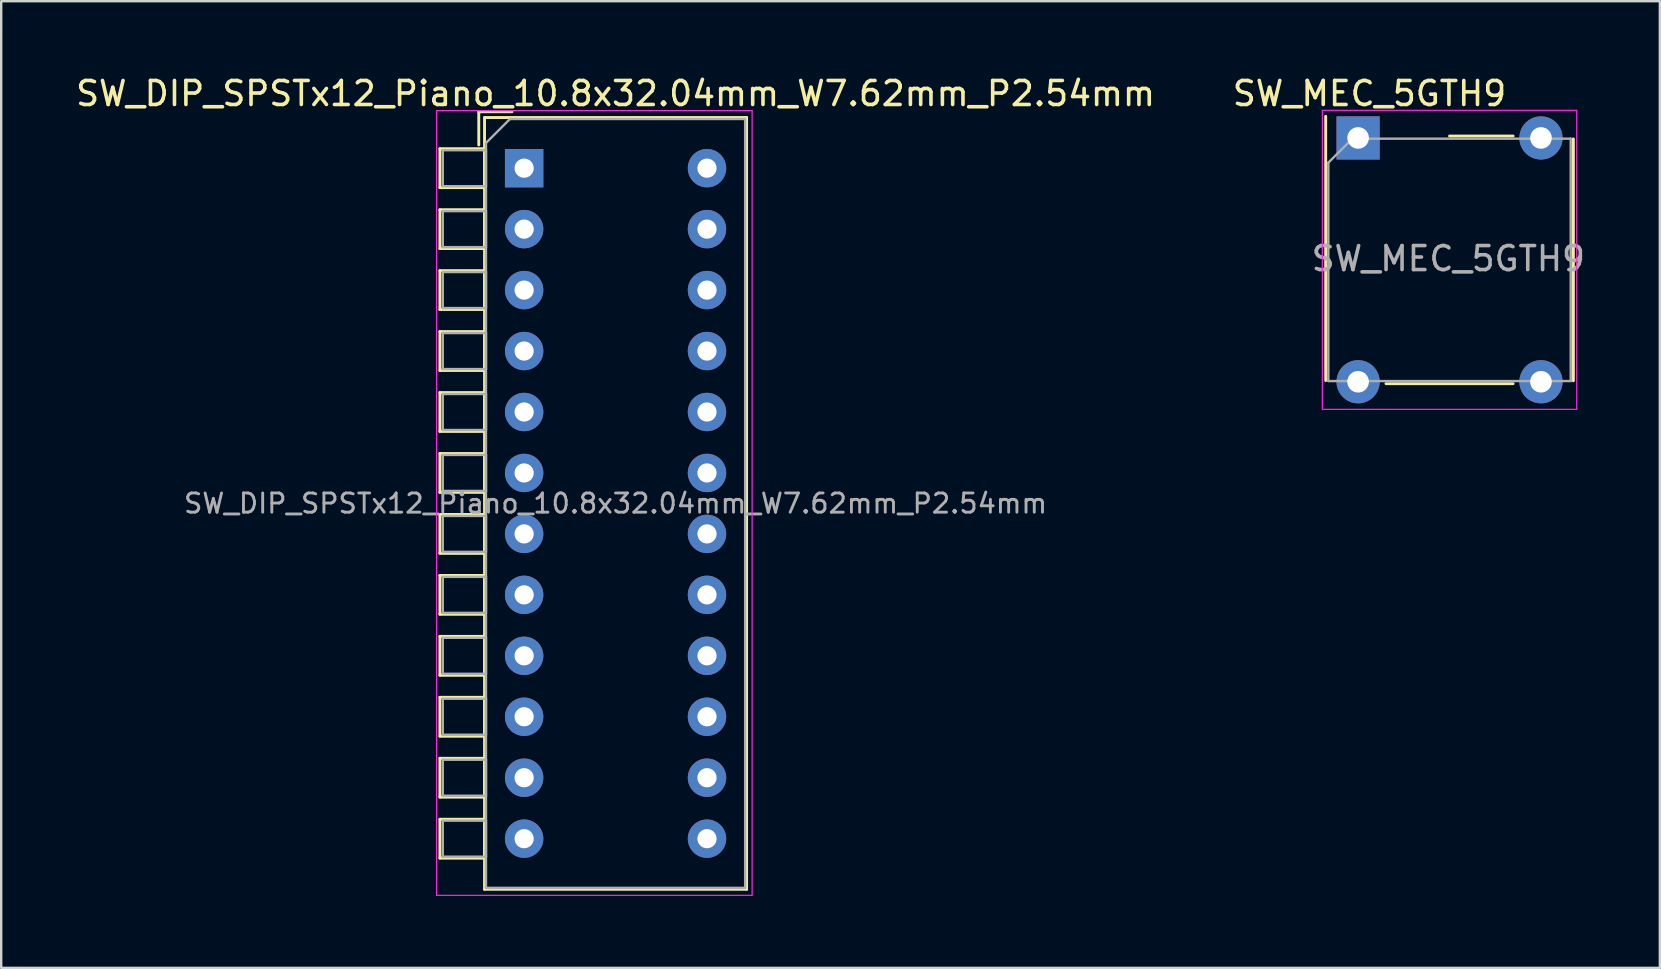
<source format=kicad_pcb>
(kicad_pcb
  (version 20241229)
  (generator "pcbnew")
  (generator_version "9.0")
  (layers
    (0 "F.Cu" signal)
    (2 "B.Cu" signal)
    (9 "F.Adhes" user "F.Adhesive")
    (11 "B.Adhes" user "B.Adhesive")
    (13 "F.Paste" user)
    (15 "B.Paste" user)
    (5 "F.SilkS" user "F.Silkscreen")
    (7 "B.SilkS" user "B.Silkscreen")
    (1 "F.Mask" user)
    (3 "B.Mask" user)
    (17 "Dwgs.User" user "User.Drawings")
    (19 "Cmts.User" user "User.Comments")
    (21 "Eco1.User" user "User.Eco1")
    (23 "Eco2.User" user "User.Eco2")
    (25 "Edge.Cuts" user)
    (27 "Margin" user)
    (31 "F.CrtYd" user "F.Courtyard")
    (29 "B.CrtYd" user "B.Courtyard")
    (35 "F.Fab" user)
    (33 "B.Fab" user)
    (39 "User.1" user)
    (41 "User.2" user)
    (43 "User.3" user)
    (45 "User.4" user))
  (footprint "SW_DIP_SPSTx12_Piano_10.8x32.04mm_W7.62mm_P2.54mm"
    (layer "F.Cu")
    (at 18.791 3.958)
    (property "Reference" "SW_DIP_SPSTx12_Piano_10.8x32.04mm_W7.62mm_P2.54mm" (at 3.81 -3.11 0) (layer "F.SilkS") (effects (font (size 1 1) (thickness 0.15))))
    (attr through_hole)
    (fp_line (start -3.51 -0.81) (end -3.51 0.81) (stroke (width 0.12) (type solid)) (layer "F.SilkS"))
    (fp_line (start -3.51 -0.81) (end -1.65 -0.81) (stroke (width 0.12) (type solid)) (layer "F.SilkS"))
    (fp_line (start -3.51 0.81) (end -1.65 0.81) (stroke (width 0.12) (type solid)) (layer "F.SilkS"))
    (fp_line (start -3.51 1.73) (end -3.51 3.35) (stroke (width 0.12) (type solid)) (layer "F.SilkS"))
    (fp_line (start -3.51 1.73) (end -1.65 1.73) (stroke (width 0.12) (type solid)) (layer "F.SilkS"))
    (fp_line (start -3.51 3.35) (end -1.65 3.35) (stroke (width 0.12) (type solid)) (layer "F.SilkS"))
    (fp_line (start -3.51 4.27) (end -3.51 5.89) (stroke (width 0.12) (type solid)) (layer "F.SilkS"))
    (fp_line (start -3.51 4.27) (end -1.65 4.27) (stroke (width 0.12) (type solid)) (layer "F.SilkS"))
    (fp_line (start -3.51 5.89) (end -1.65 5.89) (stroke (width 0.12) (type solid)) (layer "F.SilkS"))
    (fp_line (start -3.51 6.81) (end -3.51 8.43) (stroke (width 0.12) (type solid)) (layer "F.SilkS"))
    (fp_line (start -3.51 6.81) (end -1.65 6.81) (stroke (width 0.12) (type solid)) (layer "F.SilkS"))
    (fp_line (start -3.51 8.43) (end -1.65 8.43) (stroke (width 0.12) (type solid)) (layer "F.SilkS"))
    (fp_line (start -3.51 9.35) (end -3.51 10.97) (stroke (width 0.12) (type solid)) (layer "F.SilkS"))
    (fp_line (start -3.51 9.35) (end -1.65 9.35) (stroke (width 0.12) (type solid)) (layer "F.SilkS"))
    (fp_line (start -3.51 10.97) (end -1.65 10.97) (stroke (width 0.12) (type solid)) (layer "F.SilkS"))
    (fp_line (start -3.51 11.89) (end -3.51 13.51) (stroke (width 0.12) (type solid)) (layer "F.SilkS"))
    (fp_line (start -3.51 11.89) (end -1.65 11.89) (stroke (width 0.12) (type solid)) (layer "F.SilkS"))
    (fp_line (start -3.51 13.51) (end -1.65 13.51) (stroke (width 0.12) (type solid)) (layer "F.SilkS"))
    (fp_line (start -3.51 14.43) (end -3.51 16.05) (stroke (width 0.12) (type solid)) (layer "F.SilkS"))
    (fp_line (start -3.51 14.43) (end -1.65 14.43) (stroke (width 0.12) (type solid)) (layer "F.SilkS"))
    (fp_line (start -3.51 16.05) (end -1.65 16.05) (stroke (width 0.12) (type solid)) (layer "F.SilkS"))
    (fp_line (start -3.51 16.971) (end -3.51 18.591) (stroke (width 0.12) (type solid)) (layer "F.SilkS"))
    (fp_line (start -3.51 16.971) (end -1.65 16.971) (stroke (width 0.12) (type solid)) (layer "F.SilkS"))
    (fp_line (start -3.51 18.591) (end -1.65 18.591) (stroke (width 0.12) (type solid)) (layer "F.SilkS"))
    (fp_line (start -3.51 19.51) (end -3.51 21.131) (stroke (width 0.12) (type solid)) (layer "F.SilkS"))
    (fp_line (start -3.51 19.51) (end -1.65 19.51) (stroke (width 0.12) (type solid)) (layer "F.SilkS"))
    (fp_line (start -3.51 21.131) (end -1.65 21.131) (stroke (width 0.12) (type solid)) (layer "F.SilkS"))
    (fp_line (start -3.51 22.05) (end -3.51 23.67) (stroke (width 0.12) (type solid)) (layer "F.SilkS"))
    (fp_line (start -3.51 22.05) (end -1.65 22.05) (stroke (width 0.12) (type solid)) (layer "F.SilkS"))
    (fp_line (start -3.51 23.67) (end -1.65 23.67) (stroke (width 0.12) (type solid)) (layer "F.SilkS"))
    (fp_line (start -3.51 24.59) (end -3.51 26.21) (stroke (width 0.12) (type solid)) (layer "F.SilkS"))
    (fp_line (start -3.51 24.59) (end -1.65 24.59) (stroke (width 0.12) (type solid)) (layer "F.SilkS"))
    (fp_line (start -3.51 26.21) (end -1.65 26.21) (stroke (width 0.12) (type solid)) (layer "F.SilkS"))
    (fp_line (start -3.51 27.131) (end -3.51 28.751) (stroke (width 0.12) (type solid)) (layer "F.SilkS"))
    (fp_line (start -3.51 27.131) (end -1.65 27.131) (stroke (width 0.12) (type solid)) (layer "F.SilkS"))
    (fp_line (start -3.51 28.751) (end -1.65 28.751) (stroke (width 0.12) (type solid)) (layer "F.SilkS"))
    (fp_line (start -1.89 -2.35) (end -1.89 -0.967) (stroke (width 0.12) (type solid)) (layer "F.SilkS"))
    (fp_line (start -1.89 -2.35) (end -0.507 -2.35) (stroke (width 0.12) (type solid)) (layer "F.SilkS"))
    (fp_line (start -1.65 -2.11) (end -1.65 30.05) (stroke (width 0.12) (type solid)) (layer "F.SilkS"))
    (fp_line (start -1.65 -2.11) (end 9.27 -2.11) (stroke (width 0.12) (type solid)) (layer "F.SilkS"))
    (fp_line (start -1.65 -0.81) (end -1.65 0.81) (stroke (width 0.12) (type solid)) (layer "F.SilkS"))
    (fp_line (start -1.65 1.73) (end -1.65 3.35) (stroke (width 0.12) (type solid)) (layer "F.SilkS"))
    (fp_line (start -1.65 4.27) (end -1.65 5.89) (stroke (width 0.12) (type solid)) (layer "F.SilkS"))
    (fp_line (start -1.65 6.81) (end -1.65 8.43) (stroke (width 0.12) (type solid)) (layer "F.SilkS"))
    (fp_line (start -1.65 9.35) (end -1.65 10.97) (stroke (width 0.12) (type solid)) (layer "F.SilkS"))
    (fp_line (start -1.65 11.89) (end -1.65 13.51) (stroke (width 0.12) (type solid)) (layer "F.SilkS"))
    (fp_line (start -1.65 14.43) (end -1.65 16.05) (stroke (width 0.12) (type solid)) (layer "F.SilkS"))
    (fp_line (start -1.65 16.971) (end -1.65 18.591) (stroke (width 0.12) (type solid)) (layer "F.SilkS"))
    (fp_line (start -1.65 19.51) (end -1.65 21.131) (stroke (width 0.12) (type solid)) (layer "F.SilkS"))
    (fp_line (start -1.65 22.05) (end -1.65 23.67) (stroke (width 0.12) (type solid)) (layer "F.SilkS"))
    (fp_line (start -1.65 24.59) (end -1.65 26.21) (stroke (width 0.12) (type solid)) (layer "F.SilkS"))
    (fp_line (start -1.65 27.131) (end -1.65 28.751) (stroke (width 0.12) (type solid)) (layer "F.SilkS"))
    (fp_line (start -1.65 30.05) (end 9.27 30.05) (stroke (width 0.12) (type solid)) (layer "F.SilkS"))
    (fp_line (start 9.27 -2.11) (end 9.27 30.05) (stroke (width 0.12) (type solid)) (layer "F.SilkS"))
    (fp_line (start -3.65 -2.4) (end -3.65 30.3) (stroke (width 0.05) (type solid)) (layer "F.CrtYd"))
    (fp_line (start -3.65 30.3) (end 9.5 30.3) (stroke (width 0.05) (type solid)) (layer "F.CrtYd"))
    (fp_line (start 9.5 -2.4) (end -3.65 -2.4) (stroke (width 0.05) (type solid)) (layer "F.CrtYd"))
    (fp_line (start 9.5 30.3) (end 9.5 -2.4) (stroke (width 0.05) (type solid)) (layer "F.CrtYd"))
    (fp_line (start -3.39 -0.75) (end -1.59 -0.75) (stroke (width 0.1) (type solid)) (layer "F.Fab"))
    (fp_line (start -3.39 0.75) (end -3.39 -0.75) (stroke (width 0.1) (type solid)) (layer "F.Fab"))
    (fp_line (start -3.39 1.79) (end -1.59 1.79) (stroke (width 0.1) (type solid)) (layer "F.Fab"))
    (fp_line (start -3.39 3.29) (end -3.39 1.79) (stroke (width 0.1) (type solid)) (layer "F.Fab"))
    (fp_line (start -3.39 4.33) (end -1.59 4.33) (stroke (width 0.1) (type solid)) (layer "F.Fab"))
    (fp_line (start -3.39 5.83) (end -3.39 4.33) (stroke (width 0.1) (type solid)) (layer "F.Fab"))
    (fp_line (start -3.39 6.87) (end -1.59 6.87) (stroke (width 0.1) (type solid)) (layer "F.Fab"))
    (fp_line (start -3.39 8.37) (end -3.39 6.87) (stroke (width 0.1) (type solid)) (layer "F.Fab"))
    (fp_line (start -3.39 9.41) (end -1.59 9.41) (stroke (width 0.1) (type solid)) (layer "F.Fab"))
    (fp_line (start -3.39 10.91) (end -3.39 9.41) (stroke (width 0.1) (type solid)) (layer "F.Fab"))
    (fp_line (start -3.39 11.95) (end -1.59 11.95) (stroke (width 0.1) (type solid)) (layer "F.Fab"))
    (fp_line (start -3.39 13.45) (end -3.39 11.95) (stroke (width 0.1) (type solid)) (layer "F.Fab"))
    (fp_line (start -3.39 14.49) (end -1.59 14.49) (stroke (width 0.1) (type solid)) (layer "F.Fab"))
    (fp_line (start -3.39 15.99) (end -3.39 14.49) (stroke (width 0.1) (type solid)) (layer "F.Fab"))
    (fp_line (start -3.39 17.03) (end -1.59 17.03) (stroke (width 0.1) (type solid)) (layer "F.Fab"))
    (fp_line (start -3.39 18.53) (end -3.39 17.03) (stroke (width 0.1) (type solid)) (layer "F.Fab"))
    (fp_line (start -3.39 19.57) (end -1.59 19.57) (stroke (width 0.1) (type solid)) (layer "F.Fab"))
    (fp_line (start -3.39 21.07) (end -3.39 19.57) (stroke (width 0.1) (type solid)) (layer "F.Fab"))
    (fp_line (start -3.39 22.11) (end -1.59 22.11) (stroke (width 0.1) (type solid)) (layer "F.Fab"))
    (fp_line (start -3.39 23.61) (end -3.39 22.11) (stroke (width 0.1) (type solid)) (layer "F.Fab"))
    (fp_line (start -3.39 24.65) (end -1.59 24.65) (stroke (width 0.1) (type solid)) (layer "F.Fab"))
    (fp_line (start -3.39 26.15) (end -3.39 24.65) (stroke (width 0.1) (type solid)) (layer "F.Fab"))
    (fp_line (start -3.39 27.19) (end -1.59 27.19) (stroke (width 0.1) (type solid)) (layer "F.Fab"))
    (fp_line (start -3.39 28.69) (end -3.39 27.19) (stroke (width 0.1) (type solid)) (layer "F.Fab"))
    (fp_line (start -1.59 -1.05) (end -0.59 -2.05) (stroke (width 0.1) (type solid)) (layer "F.Fab"))
    (fp_line (start -1.59 -0.75) (end -1.59 0.75) (stroke (width 0.1) (type solid)) (layer "F.Fab"))
    (fp_line (start -1.59 0.75) (end -3.39 0.75) (stroke (width 0.1) (type solid)) (layer "F.Fab"))
    (fp_line (start -1.59 1.79) (end -1.59 3.29) (stroke (width 0.1) (type solid)) (layer "F.Fab"))
    (fp_line (start -1.59 3.29) (end -3.39 3.29) (stroke (width 0.1) (type solid)) (layer "F.Fab"))
    (fp_line (start -1.59 4.33) (end -1.59 5.83) (stroke (width 0.1) (type solid)) (layer "F.Fab"))
    (fp_line (start -1.59 5.83) (end -3.39 5.83) (stroke (width 0.1) (type solid)) (layer "F.Fab"))
    (fp_line (start -1.59 6.87) (end -1.59 8.37) (stroke (width 0.1) (type solid)) (layer "F.Fab"))
    (fp_line (start -1.59 8.37) (end -3.39 8.37) (stroke (width 0.1) (type solid)) (layer "F.Fab"))
    (fp_line (start -1.59 9.41) (end -1.59 10.91) (stroke (width 0.1) (type solid)) (layer "F.Fab"))
    (fp_line (start -1.59 10.91) (end -3.39 10.91) (stroke (width 0.1) (type solid)) (layer "F.Fab"))
    (fp_line (start -1.59 11.95) (end -1.59 13.45) (stroke (width 0.1) (type solid)) (layer "F.Fab"))
    (fp_line (start -1.59 13.45) (end -3.39 13.45) (stroke (width 0.1) (type solid)) (layer "F.Fab"))
    (fp_line (start -1.59 14.49) (end -1.59 15.99) (stroke (width 0.1) (type solid)) (layer "F.Fab"))
    (fp_line (start -1.59 15.99) (end -3.39 15.99) (stroke (width 0.1) (type solid)) (layer "F.Fab"))
    (fp_line (start -1.59 17.03) (end -1.59 18.53) (stroke (width 0.1) (type solid)) (layer "F.Fab"))
    (fp_line (start -1.59 18.53) (end -3.39 18.53) (stroke (width 0.1) (type solid)) (layer "F.Fab"))
    (fp_line (start -1.59 19.57) (end -1.59 21.07) (stroke (width 0.1) (type solid)) (layer "F.Fab"))
    (fp_line (start -1.59 21.07) (end -3.39 21.07) (stroke (width 0.1) (type solid)) (layer "F.Fab"))
    (fp_line (start -1.59 22.11) (end -1.59 23.61) (stroke (width 0.1) (type solid)) (layer "F.Fab"))
    (fp_line (start -1.59 23.61) (end -3.39 23.61) (stroke (width 0.1) (type solid)) (layer "F.Fab"))
    (fp_line (start -1.59 24.65) (end -1.59 26.15) (stroke (width 0.1) (type solid)) (layer "F.Fab"))
    (fp_line (start -1.59 26.15) (end -3.39 26.15) (stroke (width 0.1) (type solid)) (layer "F.Fab"))
    (fp_line (start -1.59 27.19) (end -1.59 28.69) (stroke (width 0.1) (type solid)) (layer "F.Fab"))
    (fp_line (start -1.59 28.69) (end -3.39 28.69) (stroke (width 0.1) (type solid)) (layer "F.Fab"))
    (fp_line (start -1.59 29.99) (end -1.59 -1.05) (stroke (width 0.1) (type solid)) (layer "F.Fab"))
    (fp_line (start -0.59 -2.05) (end 9.21 -2.05) (stroke (width 0.1) (type solid)) (layer "F.Fab"))
    (fp_line (start 9.21 -2.05) (end 9.21 29.99) (stroke (width 0.1) (type solid)) (layer "F.Fab"))
    (fp_line (start 9.21 29.99) (end -1.59 29.99) (stroke (width 0.1) (type solid)) (layer "F.Fab"))
    (fp_text user "${REFERENCE}" (at 3.81 13.97 0) (layer "F.Fab") (effects (font (size 0.8 0.8) (thickness 0.12))))
    (pad "1" thru_hole rect (at 0 0) (size 1.6 1.6) (drill 0.8) (layers "*.Cu" "*.Mask"))
    (pad "2" thru_hole oval (at 0 2.54) (size 1.6 1.6) (drill 0.8) (layers "*.Cu" "*.Mask"))
    (pad "3" thru_hole oval (at 0 5.08) (size 1.6 1.6) (drill 0.8) (layers "*.Cu" "*.Mask"))
    (pad "4" thru_hole oval (at 0 7.62) (size 1.6 1.6) (drill 0.8) (layers "*.Cu" "*.Mask"))
    (pad "5" thru_hole oval (at 0 10.16) (size 1.6 1.6) (drill 0.8) (layers "*.Cu" "*.Mask"))
    (pad "6" thru_hole oval (at 0 12.7) (size 1.6 1.6) (drill 0.8) (layers "*.Cu" "*.Mask"))
    (pad "7" thru_hole oval (at 0 15.24) (size 1.6 1.6) (drill 0.8) (layers "*.Cu" "*.Mask"))
    (pad "8" thru_hole oval (at 0 17.78) (size 1.6 1.6) (drill 0.8) (layers "*.Cu" "*.Mask"))
    (pad "9" thru_hole oval (at 0 20.32) (size 1.6 1.6) (drill 0.8) (layers "*.Cu" "*.Mask"))
    (pad "10" thru_hole oval (at 0 22.86) (size 1.6 1.6) (drill 0.8) (layers "*.Cu" "*.Mask"))
    (pad "11" thru_hole oval (at 0 25.4) (size 1.6 1.6) (drill 0.8) (layers "*.Cu" "*.Mask"))
    (pad "12" thru_hole oval (at 0 27.94) (size 1.6 1.6) (drill 0.8) (layers "*.Cu" "*.Mask"))
    (pad "13" thru_hole oval (at 7.62 27.94) (size 1.6 1.6) (drill 0.8) (layers "*.Cu" "*.Mask"))
    (pad "14" thru_hole oval (at 7.62 25.4) (size 1.6 1.6) (drill 0.8) (layers "*.Cu" "*.Mask"))
    (pad "15" thru_hole oval (at 7.62 22.86) (size 1.6 1.6) (drill 0.8) (layers "*.Cu" "*.Mask"))
    (pad "16" thru_hole oval (at 7.62 20.32) (size 1.6 1.6) (drill 0.8) (layers "*.Cu" "*.Mask"))
    (pad "17" thru_hole oval (at 7.62 17.78) (size 1.6 1.6) (drill 0.8) (layers "*.Cu" "*.Mask"))
    (pad "18" thru_hole oval (at 7.62 15.24) (size 1.6 1.6) (drill 0.8) (layers "*.Cu" "*.Mask"))
    (pad "19" thru_hole oval (at 7.62 12.7) (size 1.6 1.6) (drill 0.8) (layers "*.Cu" "*.Mask"))
    (pad "20" thru_hole oval (at 7.62 10.16) (size 1.6 1.6) (drill 0.8) (layers "*.Cu" "*.Mask"))
    (pad "21" thru_hole oval (at 7.62 7.62) (size 1.6 1.6) (drill 0.8) (layers "*.Cu" "*.Mask"))
    (pad "22" thru_hole oval (at 7.62 5.08) (size 1.6 1.6) (drill 0.8) (layers "*.Cu" "*.Mask"))
    (pad "23" thru_hole oval (at 7.62 2.54) (size 1.6 1.6) (drill 0.8) (layers "*.Cu" "*.Mask"))
    (pad "24" thru_hole oval (at 7.62 0) (size 1.6 1.6) (drill 0.8) (layers "*.Cu" "*.Mask")))
  (footprint "SW_MEC_5GTH9"
    (layer "F.Cu")
    (at 53.543 2.698)
    (property "Reference" "SW_MEC_5GTH9" (at 0.475 -1.85 180) (layer "F.SilkS") (effects (font (size 1 1) (thickness 0.15))))
    (attr through_hole)
    (fp_line (start -1.35 -0.9) (end -1.35 10.11) (stroke (width 0.12) (type solid)) (layer "F.SilkS"))
    (fp_line (start 1.16 10.24) (end 6.46 10.24) (stroke (width 0.12) (type solid)) (layer "F.SilkS"))
    (fp_line (start 6.46 -0.08) (end 3.81 -0.08) (stroke (width 0.12) (type solid)) (layer "F.SilkS"))
    (fp_line (start 8.97 0.04) (end 8.97 10.12) (stroke (width 0.12) (type solid)) (layer "F.SilkS"))
    (fp_line (start -1.49 -1.15) (end 9.11 -1.15) (stroke (width 0.05) (type solid)) (layer "F.CrtYd"))
    (fp_line (start -1.49 11.3) (end -1.49 -1.15) (stroke (width 0.05) (type solid)) (layer "F.CrtYd"))
    (fp_line (start 9.11 -1.15) (end 9.11 11.31) (stroke (width 0.05) (type solid)) (layer "F.CrtYd"))
    (fp_line (start 9.11 11.31) (end -1.49 11.31) (stroke (width 0.05) (type solid)) (layer "F.CrtYd"))
    (fp_line (start -1.24 10.13) (end -1.24 1.03) (stroke (width 0.1) (type solid)) (layer "F.Fab"))
    (fp_line (start -0.24 0.03) (end -1.24 1.03) (stroke (width 0.1) (type solid)) (layer "F.Fab"))
    (fp_line (start -0.24 0.03) (end 8.86 0.03) (stroke (width 0.1) (type solid)) (layer "F.Fab"))
    (fp_line (start 8.86 0.03) (end 8.86 10.13) (stroke (width 0.1) (type solid)) (layer "F.Fab"))
    (fp_line (start 8.86 10.13) (end -1.24 10.13) (stroke (width 0.1) (type solid)) (layer "F.Fab"))
    (fp_text user "${REFERENCE}" (at 3.76 5.03 180) (layer "F.Fab") (effects (font (size 1 1) (thickness 0.15))))
    (pad "1" thru_hole rect (at 0 0 90) (size 1.8 1.8) (drill 0.9) (layers "*.Cu" "*.Mask"))
    (pad "1" thru_hole circle (at 0 10.16 90) (size 1.8 1.8) (drill 0.9) (layers "*.Cu" "*.Mask"))
    (pad "2" thru_hole circle (at 7.62 0 90) (size 1.8 1.8) (drill 0.9) (layers "*.Cu" "*.Mask"))
    (pad "2" thru_hole circle (at 7.62 10.16 90) (size 1.8 1.8) (drill 0.9) (layers "*.Cu" "*.Mask")))
  (gr_rect
    (start -3 -3)
    (end 66.118 37.283)
    (stroke (width 0.1) (type default))
    (fill no)
    (layer "Edge.Cuts")))
</source>
